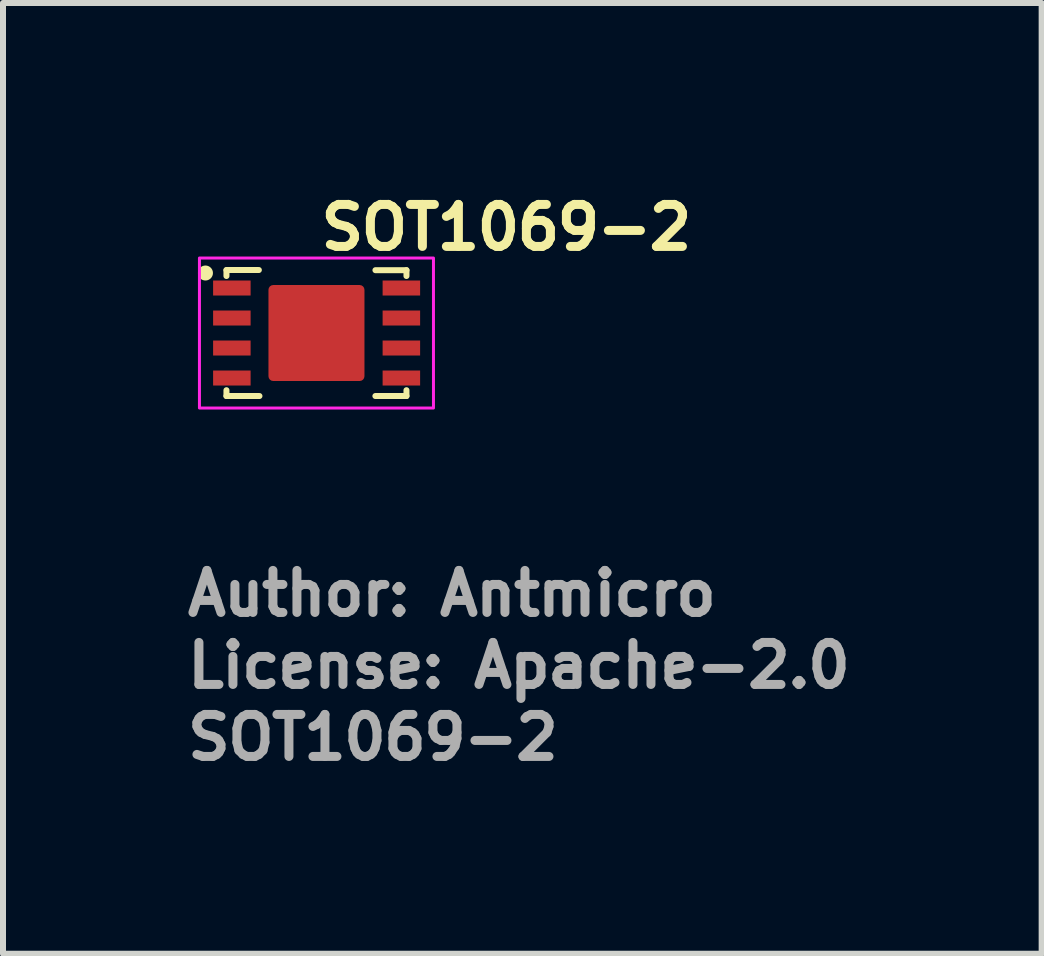
<source format=kicad_pcb>
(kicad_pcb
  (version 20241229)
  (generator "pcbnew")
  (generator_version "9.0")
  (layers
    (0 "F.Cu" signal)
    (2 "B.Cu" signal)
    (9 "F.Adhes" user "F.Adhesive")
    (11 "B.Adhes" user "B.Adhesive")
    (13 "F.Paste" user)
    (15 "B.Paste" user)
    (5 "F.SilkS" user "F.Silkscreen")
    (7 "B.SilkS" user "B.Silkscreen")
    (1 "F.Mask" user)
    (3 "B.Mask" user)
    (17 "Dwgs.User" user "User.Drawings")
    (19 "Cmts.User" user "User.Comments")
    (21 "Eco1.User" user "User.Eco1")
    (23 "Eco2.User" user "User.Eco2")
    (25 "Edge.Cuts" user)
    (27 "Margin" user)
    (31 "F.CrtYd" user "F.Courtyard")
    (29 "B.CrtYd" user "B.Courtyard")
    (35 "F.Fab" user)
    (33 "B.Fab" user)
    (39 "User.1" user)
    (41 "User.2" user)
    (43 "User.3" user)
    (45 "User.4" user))
  (footprint "SOT1069-2"
    (layer "F.Cu")
    (at 2.224 2.5)
    (property "Reference" "SOT1069-2" (at 0 -1.35 180) (layer "F.SilkS") (effects (font (size 0.7 0.7) (thickness 0.15)) (justify left bottom)))
    (attr smd)
    (fp_line (start -1.5 -1.05) (end -0.96 -1.05) (stroke (width 0.1) (type default)) (layer "F.SilkS"))
    (fp_line (start -1.5 -0.95) (end -1.5 -1.047) (stroke (width 0.1) (type default)) (layer "F.SilkS"))
    (fp_line (start -1.5 1.05) (end -1.5 0.953) (stroke (width 0.1) (type default)) (layer "F.SilkS"))
    (fp_line (start -1.5 1.05) (end -0.95 1.05) (stroke (width 0.1) (type default)) (layer "F.SilkS"))
    (fp_line (start 1.5 -1.047) (end 0.983 -1.047) (stroke (width 0.1) (type default)) (layer "F.SilkS"))
    (fp_line (start 1.5 -0.95) (end 1.5 -1.047) (stroke (width 0.1) (type default)) (layer "F.SilkS"))
    (fp_line (start 1.5 1.05) (end 0.982 1.05) (stroke (width 0.1) (type default)) (layer "F.SilkS"))
    (fp_line (start 1.5 1.05) (end 1.5 0.953) (stroke (width 0.1) (type default)) (layer "F.SilkS"))
    (fp_circle (center -1.85 -1) (end -1.8 -1) (stroke (width 0.15) (type solid)) (fill yes) (layer "F.SilkS"))
    (fp_rect (start -1.95 -1.25) (end 1.95 1.25) (stroke (width 0.05) (type default)) (fill no) (layer "F.CrtYd"))
    (fp_rect (start -1.499 -0.999) (end 1.5 0.999) (stroke (width 0.1) (type solid)) (fill no) (layer "User.5"))
    (fp_rect (start -1.499 -0.999) (end 1.5 1) (stroke (width 0.02) (type default)) (fill no) (layer "User.9"))
    (fp_circle (center -1.211 -0.66) (end -1.01 -0.656) (stroke (width 0.02) (type default)) (fill no) (layer "User.9"))
    (fp_text user "Author: Antmicro" (at -2.224 4.75 0) (layer "F.Fab") (effects (font (size 0.7 0.7) (thickness 0.15)) (justify left bottom)))
    (fp_text user "License: Apache-2.0" (at -2.224 5.95 0) (layer "F.Fab") (effects (font (size 0.7 0.7) (thickness 0.15)) (justify left bottom)))
    (fp_text user "${REFERENCE}" (at -2.224 7.15 0) (layer "F.Fab") (effects (font (size 0.7 0.7) (thickness 0.15)) (justify left bottom)))
    (pad "1" smd rect (at -1.41 -0.75 270) (size 0.25 0.625) (layers "F.Cu" "F.Mask" "F.Paste"))
    (pad "2" smd rect (at -1.41 -0.25 270) (size 0.25 0.625) (layers "F.Cu" "F.Mask" "F.Paste"))
    (pad "3" smd rect (at -1.41 0.25 270) (size 0.25 0.625) (layers "F.Cu" "F.Mask" "F.Paste"))
    (pad "4" smd rect (at -1.41 0.75 270) (size 0.25 0.625) (layers "F.Cu" "F.Mask" "F.Paste"))
    (pad "5" smd rect (at 1.415 0.75 270) (size 0.25 0.625) (layers "F.Cu" "F.Mask" "F.Paste"))
    (pad "6" smd rect (at 1.415 0.25 270) (size 0.25 0.625) (layers "F.Cu" "F.Mask" "F.Paste"))
    (pad "7" smd rect (at 1.415 -0.25 270) (size 0.25 0.625) (layers "F.Cu" "F.Mask" "F.Paste"))
    (pad "8" smd rect (at 1.415 -0.75 270) (size 0.25 0.625) (layers "F.Cu" "F.Mask" "F.Paste"))
    (pad "9" smd roundrect (at 0 0 270) (size 1.6 1.6) (layers "F.Cu" "F.Mask" "F.Paste") (roundrect_rratio 0.05)))
  (gr_rect
    (start -3 -3)
    (end 14.31 12.845)
    (stroke (width 0.1) (type default))
    (fill no)
    (layer "Edge.Cuts")))
</source>
